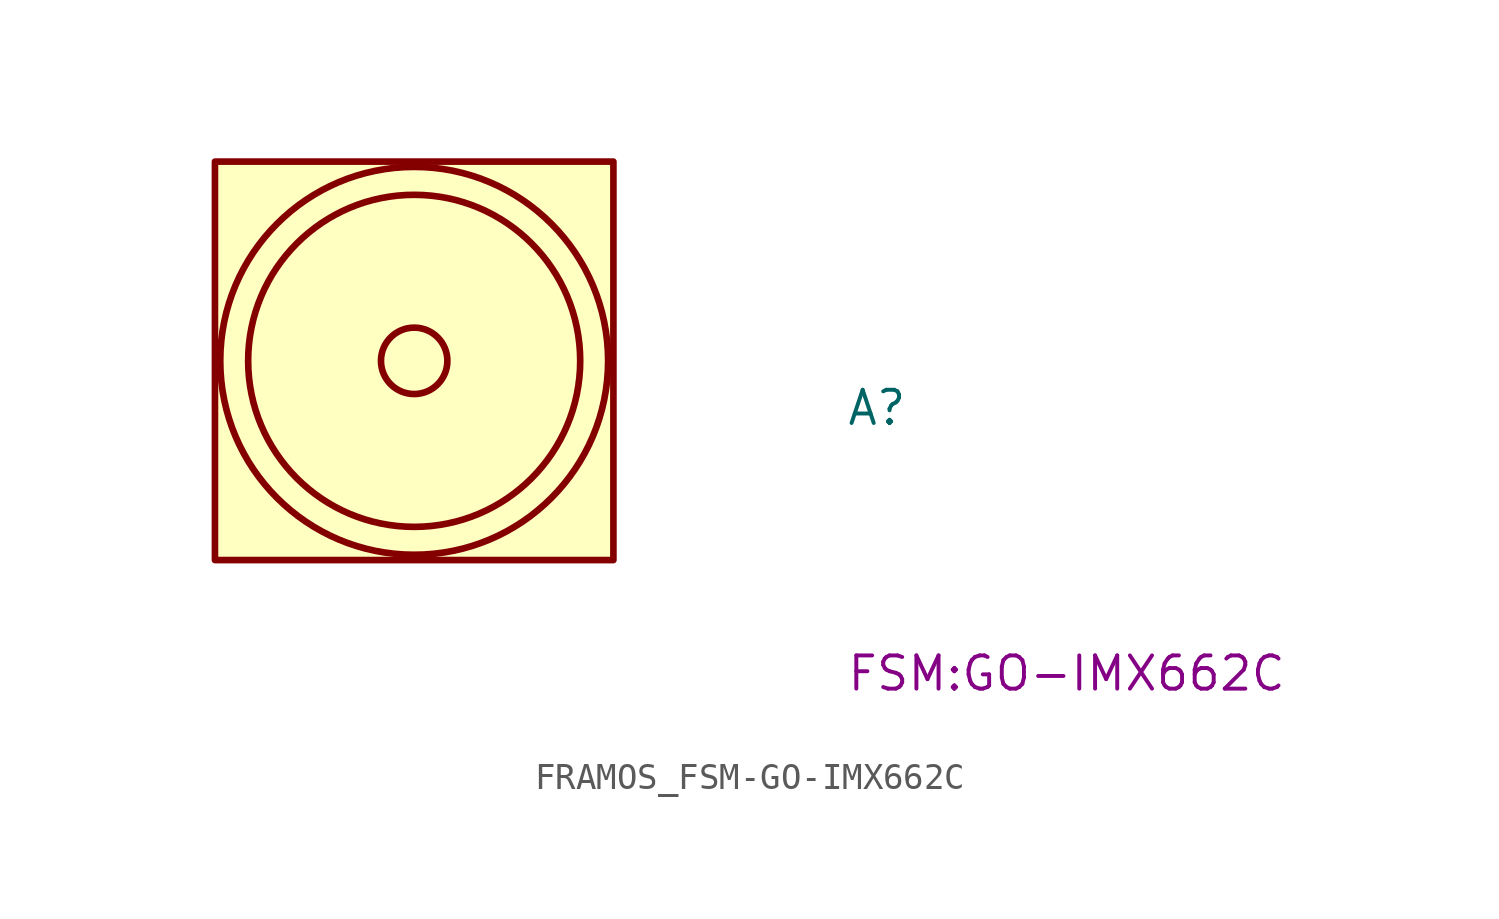
<source format=kicad_sym>
(kicad_symbol_lib
  (version 20220914)
  (generator kicad_symbol_editor)
  (symbol "FRAMOS_FSM-GO-IMX662C"
    (property "Reference" "A"
      (at 16.51 -2.54 0)
      (effects (font (size 1.27 1.27) (thickness 0.15)) (justify left bottom)))
    (property "MPN" "FSM:GO-IMX662C"
      (at 16.51 -12.7 0)
      (effects (font (size 1.27 1.27) (thickness 0.15)) (justify left bottom)))
    (symbol "FRAMOS_FSM-GO-IMX662C_1_1"
      (rectangle (start -7.62 7.62) (end 7.62 -7.62) (stroke (width 0.254) (type default)) (fill (type background)))
      (circle (center 0 0) (radius 1.27) (stroke (width 0.254) (type default)) (fill (type background)))
      (circle (center 0 0) (radius 6.35) (stroke (width 0.254) (type default)) (fill (type background)))
      (circle (center 0 0) (radius 7.417) (stroke (width 0.254) (type default)) (fill (type background))))))
</source>
